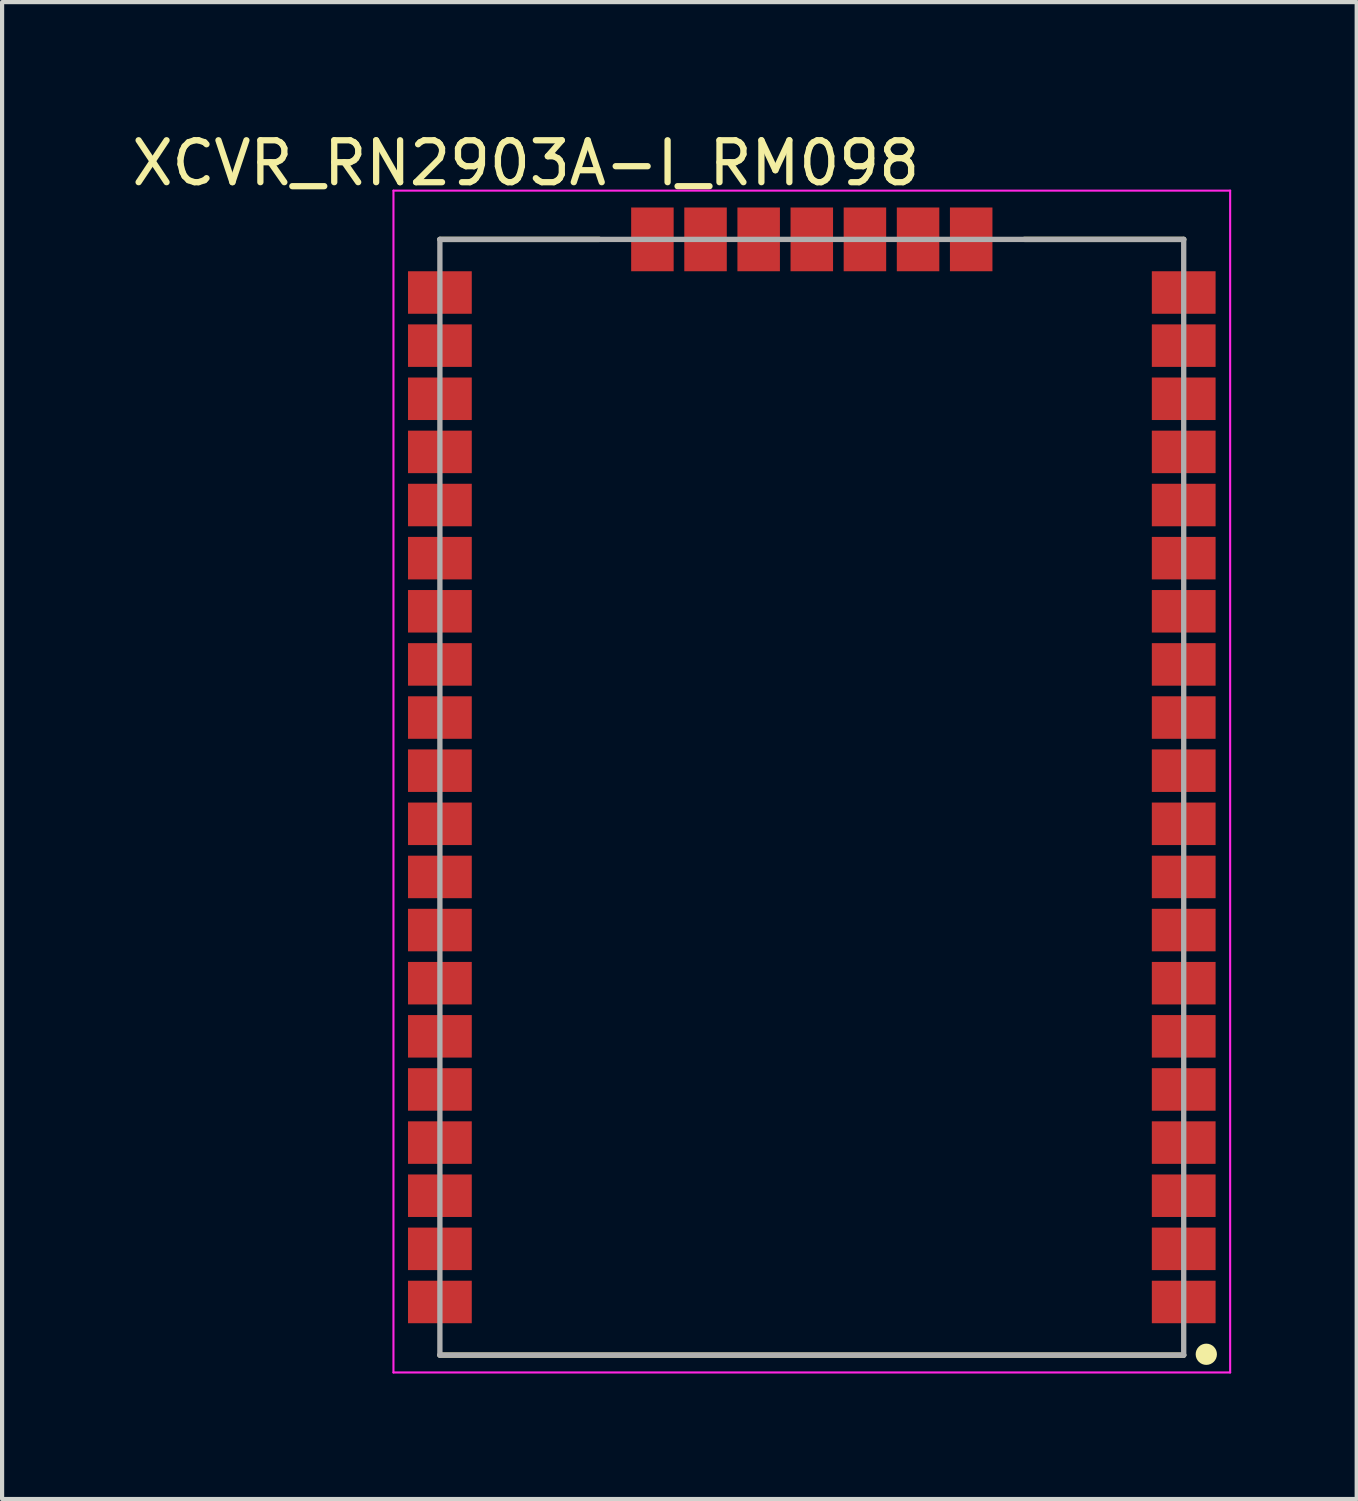
<source format=kicad_pcb>
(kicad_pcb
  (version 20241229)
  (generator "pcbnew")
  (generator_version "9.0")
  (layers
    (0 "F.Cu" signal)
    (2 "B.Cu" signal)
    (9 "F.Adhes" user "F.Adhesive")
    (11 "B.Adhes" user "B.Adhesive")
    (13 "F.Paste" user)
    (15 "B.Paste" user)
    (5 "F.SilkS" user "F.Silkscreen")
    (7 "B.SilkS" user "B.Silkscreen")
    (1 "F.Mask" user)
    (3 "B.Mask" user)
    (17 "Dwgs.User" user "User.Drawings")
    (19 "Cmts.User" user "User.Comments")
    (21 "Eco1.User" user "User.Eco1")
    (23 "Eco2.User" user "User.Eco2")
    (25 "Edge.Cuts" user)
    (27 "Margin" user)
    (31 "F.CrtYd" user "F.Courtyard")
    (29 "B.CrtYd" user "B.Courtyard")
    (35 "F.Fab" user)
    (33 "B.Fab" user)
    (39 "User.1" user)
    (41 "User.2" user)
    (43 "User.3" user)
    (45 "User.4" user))
  (footprint "XCVR_RN2903A-I_RM098"
    (layer "F.Cu")
    (at 16.355 16.007)
    (property "Reference" "XCVR_RN2903A-I_RM098" (at -6.835 -15.158 0) (layer "F.SilkS") (effects (font (size 1.002 1.002) (thickness 0.15))))
    (attr smd)
    (fp_line (start -8.89 -13.335) (end -5.08 -13.335) (stroke (width 0.127) (type solid)) (layer "F.SilkS"))
    (fp_line (start -8.89 13.335) (end 8.89 13.335) (stroke (width 0.127) (type solid)) (layer "F.SilkS"))
    (fp_line (start 5.08 -13.335) (end 8.89 -13.335) (stroke (width 0.127) (type solid)) (layer "F.SilkS"))
    (fp_circle (center 9.43 13.315) (end 9.684 13.315) (stroke (width 0) (type solid)) (fill yes) (layer "F.SilkS"))
    (fp_line (start -10 -14.5) (end -10 13.75) (stroke (width 0.05) (type solid)) (layer "F.CrtYd"))
    (fp_line (start -10 13.75) (end 10 13.75) (stroke (width 0.05) (type solid)) (layer "F.CrtYd"))
    (fp_line (start 10 -14.5) (end -10 -14.5) (stroke (width 0.05) (type solid)) (layer "F.CrtYd"))
    (fp_line (start 10 13.75) (end 10 -14.5) (stroke (width 0.05) (type solid)) (layer "F.CrtYd"))
    (fp_line (start -8.89 -13.335) (end -8.89 13.335) (stroke (width 0.127) (type solid)) (layer "F.Fab"))
    (fp_line (start -8.89 13.335) (end 8.89 13.335) (stroke (width 0.127) (type solid)) (layer "F.Fab"))
    (fp_line (start 8.89 -13.335) (end -8.89 -13.335) (stroke (width 0.127) (type solid)) (layer "F.Fab"))
    (fp_line (start 8.89 13.335) (end 8.89 -13.335) (stroke (width 0.127) (type solid)) (layer "F.Fab"))
    (pad "1" smd rect (at 8.89 12.065 90) (size 1.016 1.524) (layers "F.Cu" "F.Mask" "F.Paste"))
    (pad "2" smd rect (at 8.89 10.795 90) (size 1.016 1.524) (layers "F.Cu" "F.Mask" "F.Paste"))
    (pad "3" smd rect (at 8.89 9.525 90) (size 1.016 1.524) (layers "F.Cu" "F.Mask" "F.Paste"))
    (pad "4" smd rect (at 8.89 8.255 90) (size 1.016 1.524) (layers "F.Cu" "F.Mask" "F.Paste"))
    (pad "5" smd rect (at 8.89 6.985 90) (size 1.016 1.524) (layers "F.Cu" "F.Mask" "F.Paste"))
    (pad "6" smd rect (at 8.89 5.715 90) (size 1.016 1.524) (layers "F.Cu" "F.Mask" "F.Paste"))
    (pad "7" smd rect (at 8.89 4.445 90) (size 1.016 1.524) (layers "F.Cu" "F.Mask" "F.Paste"))
    (pad "8" smd rect (at 8.89 3.175 90) (size 1.016 1.524) (layers "F.Cu" "F.Mask" "F.Paste"))
    (pad "9" smd rect (at 8.89 1.905 90) (size 1.016 1.524) (layers "F.Cu" "F.Mask" "F.Paste"))
    (pad "10" smd rect (at 8.89 0.635 90) (size 1.016 1.524) (layers "F.Cu" "F.Mask" "F.Paste"))
    (pad "11" smd rect (at 8.89 -0.635 90) (size 1.016 1.524) (layers "F.Cu" "F.Mask" "F.Paste"))
    (pad "12" smd rect (at 8.89 -1.905 90) (size 1.016 1.524) (layers "F.Cu" "F.Mask" "F.Paste"))
    (pad "13" smd rect (at 8.89 -3.175 90) (size 1.016 1.524) (layers "F.Cu" "F.Mask" "F.Paste"))
    (pad "14" smd rect (at 8.89 -4.445 90) (size 1.016 1.524) (layers "F.Cu" "F.Mask" "F.Paste"))
    (pad "15" smd rect (at 8.89 -5.715 90) (size 1.016 1.524) (layers "F.Cu" "F.Mask" "F.Paste"))
    (pad "16" smd rect (at 8.89 -6.985 90) (size 1.016 1.524) (layers "F.Cu" "F.Mask" "F.Paste"))
    (pad "17" smd rect (at 8.89 -8.255 90) (size 1.016 1.524) (layers "F.Cu" "F.Mask" "F.Paste"))
    (pad "18" smd rect (at 8.89 -9.525 90) (size 1.016 1.524) (layers "F.Cu" "F.Mask" "F.Paste"))
    (pad "19" smd rect (at 8.89 -10.795 90) (size 1.016 1.524) (layers "F.Cu" "F.Mask" "F.Paste"))
    (pad "20" smd rect (at 8.89 -12.065 90) (size 1.016 1.524) (layers "F.Cu" "F.Mask" "F.Paste"))
    (pad "21" smd rect (at 3.81 -13.335 180) (size 1.016 1.524) (layers "F.Cu" "F.Mask" "F.Paste"))
    (pad "22" smd rect (at 2.54 -13.335 180) (size 1.016 1.524) (layers "F.Cu" "F.Mask" "F.Paste"))
    (pad "23" smd rect (at 1.27 -13.335 180) (size 1.016 1.524) (layers "F.Cu" "F.Mask" "F.Paste"))
    (pad "24" smd rect (at 0 -13.335 180) (size 1.016 1.524) (layers "F.Cu" "F.Mask" "F.Paste"))
    (pad "25" smd rect (at -1.27 -13.335 180) (size 1.016 1.524) (layers "F.Cu" "F.Mask" "F.Paste"))
    (pad "26" smd rect (at -2.54 -13.335 180) (size 1.016 1.524) (layers "F.Cu" "F.Mask" "F.Paste"))
    (pad "27" smd rect (at -3.81 -13.335 180) (size 1.016 1.524) (layers "F.Cu" "F.Mask" "F.Paste"))
    (pad "28" smd rect (at -8.89 -12.065 270) (size 1.016 1.524) (layers "F.Cu" "F.Mask" "F.Paste"))
    (pad "29" smd rect (at -8.89 -10.795 270) (size 1.016 1.524) (layers "F.Cu" "F.Mask" "F.Paste"))
    (pad "30" smd rect (at -8.89 -9.525 270) (size 1.016 1.524) (layers "F.Cu" "F.Mask" "F.Paste"))
    (pad "31" smd rect (at -8.89 -8.255 270) (size 1.016 1.524) (layers "F.Cu" "F.Mask" "F.Paste"))
    (pad "32" smd rect (at -8.89 -6.985 270) (size 1.016 1.524) (layers "F.Cu" "F.Mask" "F.Paste"))
    (pad "33" smd rect (at -8.89 -5.715 270) (size 1.016 1.524) (layers "F.Cu" "F.Mask" "F.Paste"))
    (pad "34" smd rect (at -8.89 -4.445 270) (size 1.016 1.524) (layers "F.Cu" "F.Mask" "F.Paste"))
    (pad "35" smd rect (at -8.89 -3.175 270) (size 1.016 1.524) (layers "F.Cu" "F.Mask" "F.Paste"))
    (pad "36" smd rect (at -8.89 -1.905 270) (size 1.016 1.524) (layers "F.Cu" "F.Mask" "F.Paste"))
    (pad "37" smd rect (at -8.89 -0.635 270) (size 1.016 1.524) (layers "F.Cu" "F.Mask" "F.Paste"))
    (pad "38" smd rect (at -8.89 0.635 270) (size 1.016 1.524) (layers "F.Cu" "F.Mask" "F.Paste"))
    (pad "39" smd rect (at -8.89 1.905 270) (size 1.016 1.524) (layers "F.Cu" "F.Mask" "F.Paste"))
    (pad "40" smd rect (at -8.89 3.175 270) (size 1.016 1.524) (layers "F.Cu" "F.Mask" "F.Paste"))
    (pad "41" smd rect (at -8.89 4.445 270) (size 1.016 1.524) (layers "F.Cu" "F.Mask" "F.Paste"))
    (pad "42" smd rect (at -8.89 5.715 270) (size 1.016 1.524) (layers "F.Cu" "F.Mask" "F.Paste"))
    (pad "43" smd rect (at -8.89 6.985 270) (size 1.016 1.524) (layers "F.Cu" "F.Mask" "F.Paste"))
    (pad "44" smd rect (at -8.89 8.255 270) (size 1.016 1.524) (layers "F.Cu" "F.Mask" "F.Paste"))
    (pad "45" smd rect (at -8.89 9.525 270) (size 1.016 1.524) (layers "F.Cu" "F.Mask" "F.Paste"))
    (pad "46" smd rect (at -8.89 10.795 270) (size 1.016 1.524) (layers "F.Cu" "F.Mask" "F.Paste"))
    (pad "47" smd rect (at -8.89 12.065 270) (size 1.016 1.524) (layers "F.Cu" "F.Mask" "F.Paste")))
  (gr_rect
    (start -3 -3)
    (end 29.38 32.782)
    (stroke (width 0.1) (type default))
    (fill no)
    (layer "Edge.Cuts")))
</source>
